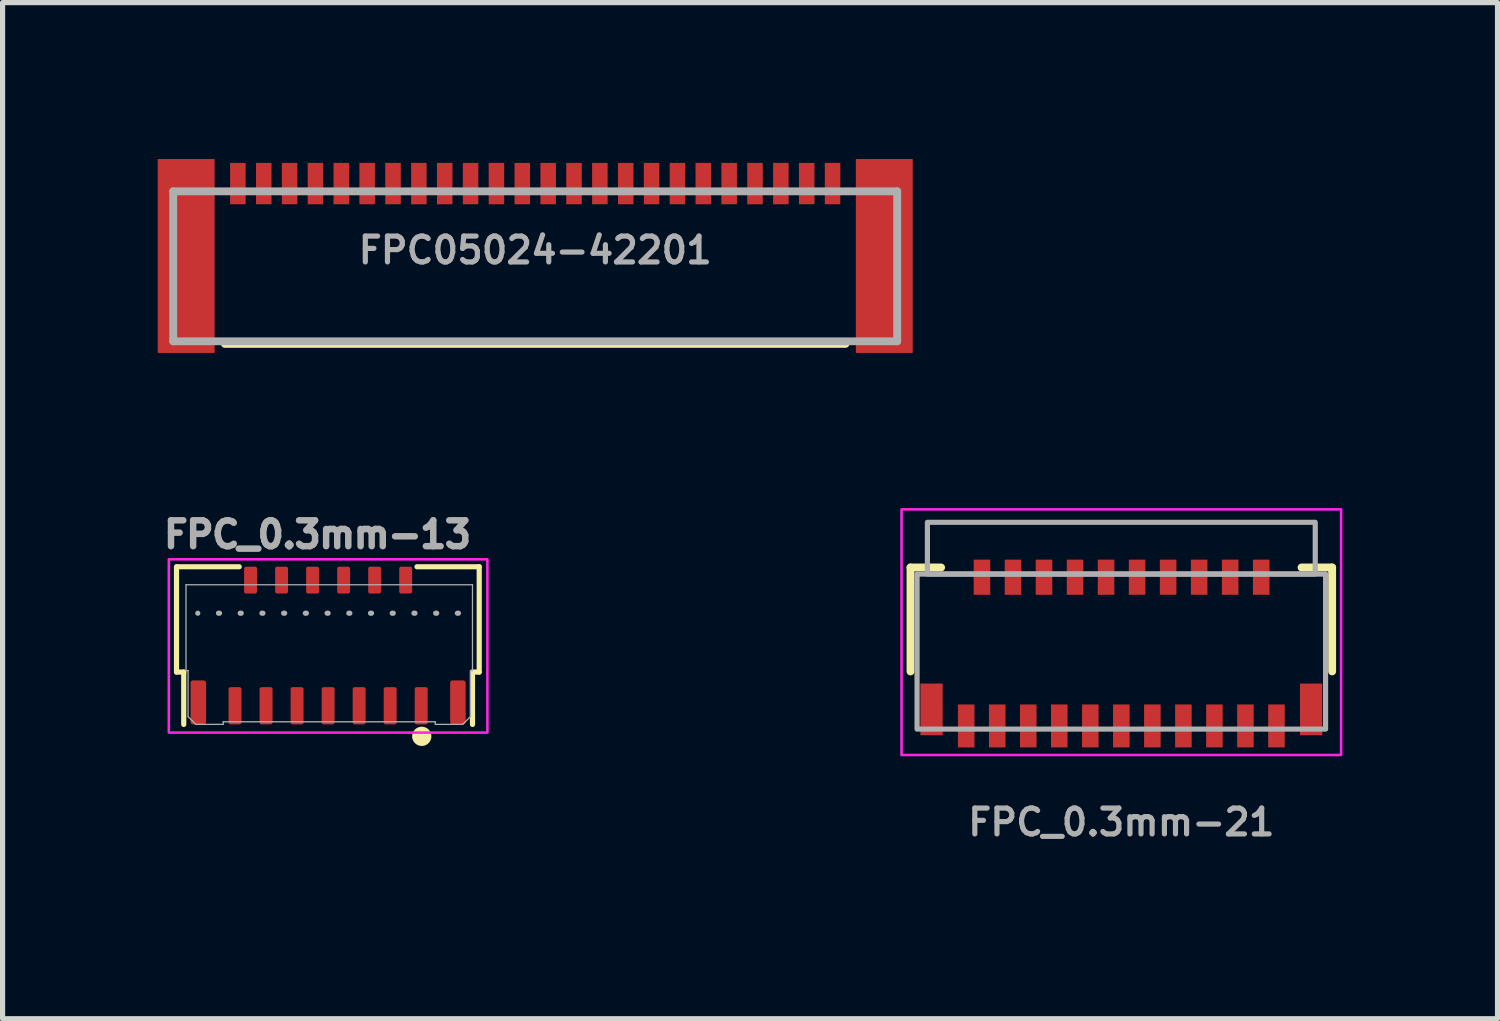
<source format=kicad_pcb>
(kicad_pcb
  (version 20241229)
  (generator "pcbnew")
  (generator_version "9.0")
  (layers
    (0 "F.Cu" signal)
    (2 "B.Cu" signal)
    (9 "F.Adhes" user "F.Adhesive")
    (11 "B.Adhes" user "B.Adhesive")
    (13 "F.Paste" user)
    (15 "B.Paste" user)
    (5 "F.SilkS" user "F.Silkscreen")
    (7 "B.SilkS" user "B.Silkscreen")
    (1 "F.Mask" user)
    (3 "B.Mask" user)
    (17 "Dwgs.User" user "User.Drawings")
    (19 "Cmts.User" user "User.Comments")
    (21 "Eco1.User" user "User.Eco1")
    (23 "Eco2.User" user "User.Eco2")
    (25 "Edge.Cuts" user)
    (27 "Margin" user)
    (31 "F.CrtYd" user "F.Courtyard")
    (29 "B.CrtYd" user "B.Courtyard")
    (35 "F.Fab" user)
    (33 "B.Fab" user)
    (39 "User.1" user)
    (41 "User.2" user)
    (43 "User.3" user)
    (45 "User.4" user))
  (footprint "FPC_0.3mm-13"
    (layer "F.Cu")
    (at 3.295 9.333)
    (property "Reference" "FPC_0.3mm-13" (at -0.205 -2.046 0) (unlocked yes) (layer "F.Fab") (effects (font (size 0.5 0.5) (thickness 0.125))))
    (attr smd)
    (fp_line (start -2.932 0.613) (end -2.932 -1.423) (stroke (width 0.1) (type default)) (layer "F.SilkS"))
    (fp_line (start -2.792 0.613) (end -2.932 0.613) (stroke (width 0.1) (type default)) (layer "F.SilkS"))
    (fp_line (start -2.792 1.626) (end -2.792 0.613) (stroke (width 0.1) (type default)) (layer "F.SilkS"))
    (fp_line (start -1.719 -1.423) (end -2.922 -1.423) (stroke (width 0.1) (type default)) (layer "F.SilkS"))
    (fp_line (start 2.792 0.613) (end 2.922 0.613) (stroke (width 0.1) (type default)) (layer "F.SilkS"))
    (fp_line (start 2.792 1.626) (end 2.792 0.613) (stroke (width 0.1) (type default)) (layer "F.SilkS"))
    (fp_line (start 2.922 -1.423) (end 1.719 -1.423) (stroke (width 0.1) (type default)) (layer "F.SilkS"))
    (fp_line (start 2.922 0.613) (end 2.922 -1.423) (stroke (width 0.1) (type default)) (layer "F.SilkS"))
    (fp_circle (center 1.811 1.856) (end 1.705 1.77) (stroke (width 0.1) (type default)) (fill yes) (layer "F.SilkS"))
    (fp_rect (start -3.08 -1.567) (end 3.08 1.784) (stroke (width 0.05) (type default)) (fill no) (layer "F.CrtYd"))
    (fp_line (start -2.748 -1.075) (end -2.748 0.585) (stroke (width 0.025) (type default)) (layer "F.Fab"))
    (fp_line (start -2.748 0.585) (end -2.708 0.585) (stroke (width 0.025) (type default)) (layer "F.Fab"))
    (fp_line (start -2.708 0.585) (end -2.708 1.475) (stroke (width 0.025) (type default)) (layer "F.Fab"))
    (fp_line (start -2.708 1.475) (end -2.558 1.625) (stroke (width 0.025) (type default)) (layer "F.Fab"))
    (fp_line (start -2.558 1.625) (end -2.028 1.625) (stroke (width 0.025) (type default)) (layer "F.Fab"))
    (fp_line (start -2.028 1.575) (end 2.072 1.575) (stroke (width 0.025) (type default)) (layer "F.Fab"))
    (fp_line (start -2.028 1.625) (end -2.028 1.575) (stroke (width 0.025) (type default)) (layer "F.Fab"))
    (fp_line (start 2.072 1.575) (end 2.072 1.625) (stroke (width 0.025) (type default)) (layer "F.Fab"))
    (fp_line (start 2.072 1.625) (end 2.602 1.625) (stroke (width 0.025) (type default)) (layer "F.Fab"))
    (fp_line (start 2.52 -0.525) (end -2.52 -0.525) (stroke (width 0.1) (type dot)) (layer "F.Fab"))
    (fp_line (start 2.602 1.625) (end 2.752 1.475) (stroke (width 0.025) (type default)) (layer "F.Fab"))
    (fp_line (start 2.752 0.585) (end 2.792 0.585) (stroke (width 0.025) (type default)) (layer "F.Fab"))
    (fp_line (start 2.752 1.475) (end 2.752 0.585) (stroke (width 0.025) (type default)) (layer "F.Fab"))
    (fp_line (start 2.792 -1.075) (end -2.748 -1.075) (stroke (width 0.025) (type default)) (layer "F.Fab"))
    (fp_line (start 2.792 0.585) (end 2.792 -1.075) (stroke (width 0.025) (type default)) (layer "F.Fab"))
    (fp_text user "^^INSERT THIS END^^" (at -0.016 2.314 0) (unlocked yes) (layer "User.1") (effects (font (size 0.3 0.3) (thickness 0.075)) (justify bottom)))
    (fp_text user "^^INSERTION DEPTH^^" (at 3.367 -0.171 0) (unlocked yes) (layer "User.2") (effects (font (size 0.2 0.2) (thickness 0.05)) (justify left bottom)))
    (dimension (type orthogonal) (layer "User.2") (pts (xy 5.815 8.808) (xy 5.805 10.958)) (height 4.077) (orientation 1) (format (prefix "") (suffix "") (units 3) (units_format 1) (precision 2) (suppress_zeroes yes)) (style (thickness 0.05) (arrow_length -0.25) (text_position_mode 2) (arrow_direction outward) (extension_height 0.586) (extension_offset 0) (keep_text_aligned yes)) (gr_text "2.15 mm" (at 9.897 8.484 90) (layer "User.2") (effects (font (size 0.2 0.2) (thickness 0.15)) (justify left))))
    (pad "1" smd roundrect (at 1.8 1.265) (size 0.25 0.72) (layers "F.Cu" "F.Mask" "F.Paste") (roundrect_rratio 0.15))
    (pad "2" smd roundrect (at 1.5 -1.165) (size 0.25 0.52) (layers "F.Cu" "F.Mask" "F.Paste") (roundrect_rratio 0.15))
    (pad "3" smd roundrect (at 1.2 1.265) (size 0.25 0.72) (layers "F.Cu" "F.Mask" "F.Paste") (roundrect_rratio 0.15))
    (pad "4" smd roundrect (at 0.9 -1.165) (size 0.25 0.52) (layers "F.Cu" "F.Mask" "F.Paste") (roundrect_rratio 0.15))
    (pad "5" smd roundrect (at 0.6 1.265) (size 0.25 0.72) (layers "F.Cu" "F.Mask" "F.Paste") (roundrect_rratio 0.15))
    (pad "6" smd roundrect (at 0.3 -1.165) (size 0.25 0.52) (layers "F.Cu" "F.Mask" "F.Paste") (roundrect_rratio 0.15))
    (pad "7" smd roundrect (at 0 1.265) (size 0.25 0.72) (layers "F.Cu" "F.Mask" "F.Paste") (roundrect_rratio 0.15))
    (pad "8" smd roundrect (at -0.3 -1.165) (size 0.25 0.52) (layers "F.Cu" "F.Mask" "F.Paste") (roundrect_rratio 0.15))
    (pad "9" smd roundrect (at -0.6 1.265) (size 0.25 0.72) (layers "F.Cu" "F.Mask" "F.Paste") (roundrect_rratio 0.15))
    (pad "10" smd roundrect (at -0.9 -1.165) (size 0.25 0.52) (layers "F.Cu" "F.Mask" "F.Paste") (roundrect_rratio 0.15))
    (pad "11" smd roundrect (at -1.2 1.265) (size 0.25 0.72) (layers "F.Cu" "F.Mask" "F.Paste") (roundrect_rratio 0.15))
    (pad "12" smd roundrect (at -1.5 -1.165) (size 0.25 0.52) (layers "F.Cu" "F.Mask" "F.Paste") (roundrect_rratio 0.15))
    (pad "13" smd roundrect (at -1.8 1.265) (size 0.25 0.72) (layers "F.Cu" "F.Mask" "F.Paste") (roundrect_rratio 0.15))
    (pad "M1" smd roundrect (at -2.51 1.2) (size 0.3 0.85) (layers "F.Cu" "F.Mask" "F.Paste") (roundrect_rratio 0.15))
    (pad "M1" smd roundrect (at 2.51 1.2) (size 0.3 0.85) (layers "F.Cu" "F.Mask" "F.Paste") (roundrect_rratio 0.15)))
  (footprint "FPC05024-42201"
    (layer "F.Cu")
    (at 7.3 0.9)
    (property "Reference" "FPC05024-42201" (at 0 0.889 0) (layer "F.Fab") (effects (font (size 0.5 0.5) (thickness 0.1) (bold yes))))
    (fp_line (start -6 2.7) (end 6 2.7) (stroke (width 0.152) (type solid)) (layer "F.SilkS"))
    (fp_line (start -7 -0.25) (end 7 -0.25) (stroke (width 0.152) (type solid)) (layer "F.Fab"))
    (fp_line (start -7 2.65) (end -7 -0.25) (stroke (width 0.152) (type solid)) (layer "F.Fab"))
    (fp_line (start 7 -0.25) (end 7 2.65) (stroke (width 0.152) (type solid)) (layer "F.Fab"))
    (fp_line (start 7 2.65) (end -7 2.65) (stroke (width 0.152) (type solid)) (layer "F.Fab"))
    (pad "1" smd rect (at 5.75 -0.4) (size 0.3 0.8) (layers "F.Cu" "F.Mask" "F.Paste"))
    (pad "2" smd rect (at 5.25 -0.4) (size 0.3 0.8) (layers "F.Cu" "F.Mask" "F.Paste"))
    (pad "3" smd rect (at 4.75 -0.4) (size 0.3 0.8) (layers "F.Cu" "F.Mask" "F.Paste"))
    (pad "4" smd rect (at 4.25 -0.4) (size 0.3 0.8) (layers "F.Cu" "F.Mask" "F.Paste"))
    (pad "5" smd rect (at 3.75 -0.4) (size 0.3 0.8) (layers "F.Cu" "F.Mask" "F.Paste"))
    (pad "6" smd rect (at 3.25 -0.4) (size 0.3 0.8) (layers "F.Cu" "F.Mask" "F.Paste"))
    (pad "7" smd rect (at 2.75 -0.4) (size 0.3 0.8) (layers "F.Cu" "F.Mask" "F.Paste"))
    (pad "8" smd rect (at 2.25 -0.4) (size 0.3 0.8) (layers "F.Cu" "F.Mask" "F.Paste"))
    (pad "9" smd rect (at 1.75 -0.4) (size 0.3 0.8) (layers "F.Cu" "F.Mask" "F.Paste"))
    (pad "10" smd rect (at 1.25 -0.4) (size 0.3 0.8) (layers "F.Cu" "F.Mask" "F.Paste"))
    (pad "11" smd rect (at 0.75 -0.4) (size 0.3 0.8) (layers "F.Cu" "F.Mask" "F.Paste"))
    (pad "12" smd rect (at 0.25 -0.4) (size 0.3 0.8) (layers "F.Cu" "F.Mask" "F.Paste"))
    (pad "13" smd rect (at -0.25 -0.4) (size 0.3 0.8) (layers "F.Cu" "F.Mask" "F.Paste"))
    (pad "14" smd rect (at -0.75 -0.4) (size 0.3 0.8) (layers "F.Cu" "F.Mask" "F.Paste"))
    (pad "15" smd rect (at -1.25 -0.4) (size 0.3 0.8) (layers "F.Cu" "F.Mask" "F.Paste"))
    (pad "16" smd rect (at -1.75 -0.4) (size 0.3 0.8) (layers "F.Cu" "F.Mask" "F.Paste"))
    (pad "17" smd rect (at -2.25 -0.4) (size 0.3 0.8) (layers "F.Cu" "F.Mask" "F.Paste"))
    (pad "18" smd rect (at -2.75 -0.4) (size 0.3 0.8) (layers "F.Cu" "F.Mask" "F.Paste"))
    (pad "19" smd rect (at -3.25 -0.4) (size 0.3 0.8) (layers "F.Cu" "F.Mask" "F.Paste"))
    (pad "20" smd rect (at -3.75 -0.4) (size 0.3 0.8) (layers "F.Cu" "F.Mask" "F.Paste"))
    (pad "21" smd rect (at -4.25 -0.4) (size 0.3 0.8) (layers "F.Cu" "F.Mask" "F.Paste"))
    (pad "22" smd rect (at -4.75 -0.4) (size 0.3 0.8) (layers "F.Cu" "F.Mask" "F.Paste"))
    (pad "23" smd rect (at -5.25 -0.4) (size 0.3 0.8) (layers "F.Cu" "F.Mask" "F.Paste"))
    (pad "24" smd rect (at -5.75 -0.4) (size 0.3 0.8) (layers "F.Cu" "F.Mask" "F.Paste"))
    (pad "MNT1" smd rect (at -6.75 1 90) (size 3.75 1.1) (layers "F.Cu" "F.Mask" "F.Paste"))
    (pad "MNT2" smd rect (at 6.75 1 90) (size 3.75 1.1) (layers "F.Cu" "F.Mask" "F.Paste"))
    (zone (net_name "") (layer "F.Cu") (hatch edge 0.5) (connect_pads) (min_thickness 0.25) (filled_areas_thickness no) (keepout (tracks not_allowed) (vias not_allowed) (pads not_allowed) (copperpour not_allowed) (footprints allowed)) (placement (enabled no)) (fill) (polygon (pts (xy 1.7 1) (xy 1.9 1) (xy 1.9 0) (xy 1.7 0))))
    (zone (net_name "") (layer "F.Cu") (hatch edge 0.5) (connect_pads) (min_thickness 0.25) (filled_areas_thickness no) (keepout (tracks not_allowed) (vias not_allowed) (pads not_allowed) (copperpour not_allowed) (footprints allowed)) (placement (enabled no)) (fill) (polygon (pts (xy 2.2 1) (xy 2.4 1) (xy 2.4 0) (xy 2.2 0))))
    (zone (net_name "") (layer "F.Cu") (hatch edge 0.5) (connect_pads) (min_thickness 0.25) (filled_areas_thickness no) (keepout (tracks not_allowed) (vias not_allowed) (pads not_allowed) (copperpour not_allowed) (footprints allowed)) (placement (enabled no)) (fill) (polygon (pts (xy 2.7 1) (xy 2.9 1) (xy 2.9 0) (xy 2.7 0))))
    (zone (net_name "") (layer "F.Cu") (hatch edge 0.5) (connect_pads) (min_thickness 0.25) (filled_areas_thickness no) (keepout (tracks not_allowed) (vias not_allowed) (pads not_allowed) (copperpour not_allowed) (footprints allowed)) (placement (enabled no)) (fill) (polygon (pts (xy 3.2 1) (xy 3.4 1) (xy 3.4 0) (xy 3.2 0))))
    (zone (net_name "") (layer "F.Cu") (hatch edge 0.5) (connect_pads) (min_thickness 0.25) (filled_areas_thickness no) (keepout (tracks not_allowed) (vias not_allowed) (pads not_allowed) (copperpour not_allowed) (footprints allowed)) (placement (enabled no)) (fill) (polygon (pts (xy 3.7 1) (xy 3.9 1) (xy 3.9 0) (xy 3.7 0))))
    (zone (net_name "") (layer "F.Cu") (hatch edge 0.5) (connect_pads) (min_thickness 0.25) (filled_areas_thickness no) (keepout (tracks not_allowed) (vias not_allowed) (pads not_allowed) (copperpour not_allowed) (footprints allowed)) (placement (enabled no)) (fill) (polygon (pts (xy 4.2 1) (xy 4.4 1) (xy 4.4 0) (xy 4.2 0))))
    (zone (net_name "") (layer "F.Cu") (hatch edge 0.5) (connect_pads) (min_thickness 0.25) (filled_areas_thickness no) (keepout (tracks not_allowed) (vias not_allowed) (pads not_allowed) (copperpour not_allowed) (footprints allowed)) (placement (enabled no)) (fill) (polygon (pts (xy 4.7 1) (xy 4.9 1) (xy 4.9 0) (xy 4.7 0))))
    (zone (net_name "") (layer "F.Cu") (hatch edge 0.5) (connect_pads) (min_thickness 0.25) (filled_areas_thickness no) (keepout (tracks not_allowed) (vias not_allowed) (pads not_allowed) (copperpour not_allowed) (footprints allowed)) (placement (enabled no)) (fill) (polygon (pts (xy 5.2 1) (xy 5.4 1) (xy 5.4 0) (xy 5.2 0))))
    (zone (net_name "") (layer "F.Cu") (hatch edge 0.5) (connect_pads) (min_thickness 0.25) (filled_areas_thickness no) (keepout (tracks not_allowed) (vias not_allowed) (pads not_allowed) (copperpour not_allowed) (footprints allowed)) (placement (enabled no)) (fill) (polygon (pts (xy 5.7 1) (xy 5.9 1) (xy 5.9 0) (xy 5.7 0))))
    (zone (net_name "") (layer "F.Cu") (hatch edge 0.5) (connect_pads) (min_thickness 0.25) (filled_areas_thickness no) (keepout (tracks not_allowed) (vias not_allowed) (pads not_allowed) (copperpour not_allowed) (footprints allowed)) (placement (enabled no)) (fill) (polygon (pts (xy 6.2 1) (xy 6.4 1) (xy 6.4 0) (xy 6.2 0))))
    (zone (net_name "") (layer "F.Cu") (hatch edge 0.5) (connect_pads) (min_thickness 0.25) (filled_areas_thickness no) (keepout (tracks not_allowed) (vias not_allowed) (pads not_allowed) (copperpour not_allowed) (footprints allowed)) (placement (enabled no)) (fill) (polygon (pts (xy 6.7 1) (xy 6.9 1) (xy 6.9 0) (xy 6.7 0))))
    (zone (net_name "") (layer "F.Cu") (hatch edge 0.5) (connect_pads) (min_thickness 0.25) (filled_areas_thickness no) (keepout (tracks not_allowed) (vias not_allowed) (pads not_allowed) (copperpour not_allowed) (footprints allowed)) (placement (enabled no)) (fill) (polygon (pts (xy 7.2 1) (xy 7.4 1) (xy 7.4 0) (xy 7.2 0))))
    (zone (net_name "") (layer "F.Cu") (hatch edge 0.5) (connect_pads) (min_thickness 0.25) (filled_areas_thickness no) (keepout (tracks not_allowed) (vias not_allowed) (pads not_allowed) (copperpour not_allowed) (footprints allowed)) (placement (enabled no)) (fill) (polygon (pts (xy 7.7 1) (xy 7.9 1) (xy 7.9 0) (xy 7.7 0))))
    (zone (net_name "") (layer "F.Cu") (hatch edge 0.5) (connect_pads) (min_thickness 0.25) (filled_areas_thickness no) (keepout (tracks not_allowed) (vias not_allowed) (pads not_allowed) (copperpour not_allowed) (footprints allowed)) (placement (enabled no)) (fill) (polygon (pts (xy 8.2 1) (xy 8.4 1) (xy 8.4 0) (xy 8.2 0))))
    (zone (net_name "") (layer "F.Cu") (hatch edge 0.5) (connect_pads) (min_thickness 0.25) (filled_areas_thickness no) (keepout (tracks not_allowed) (vias not_allowed) (pads not_allowed) (copperpour not_allowed) (footprints allowed)) (placement (enabled no)) (fill) (polygon (pts (xy 8.7 1) (xy 8.9 1) (xy 8.9 0) (xy 8.7 0))))
    (zone (net_name "") (layer "F.Cu") (hatch edge 0.5) (connect_pads) (min_thickness 0.25) (filled_areas_thickness no) (keepout (tracks not_allowed) (vias not_allowed) (pads not_allowed) (copperpour not_allowed) (footprints allowed)) (placement (enabled no)) (fill) (polygon (pts (xy 9.2 1) (xy 9.4 1) (xy 9.4 0) (xy 9.2 0))))
    (zone (net_name "") (layer "F.Cu") (hatch edge 0.5) (connect_pads) (min_thickness 0.25) (filled_areas_thickness no) (keepout (tracks not_allowed) (vias not_allowed) (pads not_allowed) (copperpour not_allowed) (footprints allowed)) (placement (enabled no)) (fill) (polygon (pts (xy 9.7 1) (xy 9.9 1) (xy 9.9 0) (xy 9.7 0))))
    (zone (net_name "") (layer "F.Cu") (hatch edge 0.5) (connect_pads) (min_thickness 0.25) (filled_areas_thickness no) (keepout (tracks not_allowed) (vias not_allowed) (pads not_allowed) (copperpour not_allowed) (footprints allowed)) (placement (enabled no)) (fill) (polygon (pts (xy 10.2 1) (xy 10.4 1) (xy 10.4 0) (xy 10.2 0))))
    (zone (net_name "") (layer "F.Cu") (hatch edge 0.5) (connect_pads) (min_thickness 0.25) (filled_areas_thickness no) (keepout (tracks not_allowed) (vias not_allowed) (pads not_allowed) (copperpour not_allowed) (footprints allowed)) (placement (enabled no)) (fill) (polygon (pts (xy 10.7 1) (xy 10.9 1) (xy 10.9 0) (xy 10.7 0))))
    (zone (net_name "") (layer "F.Cu") (hatch edge 0.5) (connect_pads) (min_thickness 0.25) (filled_areas_thickness no) (keepout (tracks not_allowed) (vias not_allowed) (pads not_allowed) (copperpour not_allowed) (footprints allowed)) (placement (enabled no)) (fill) (polygon (pts (xy 11.2 1) (xy 11.4 1) (xy 11.4 0) (xy 11.2 0))))
    (zone (net_name "") (layer "F.Cu") (hatch edge 0.5) (connect_pads) (min_thickness 0.25) (filled_areas_thickness no) (keepout (tracks not_allowed) (vias not_allowed) (pads not_allowed) (copperpour not_allowed) (footprints allowed)) (placement (enabled no)) (fill) (polygon (pts (xy 11.7 1) (xy 11.9 1) (xy 11.9 0) (xy 11.7 0))))
    (zone (net_name "") (layer "F.Cu") (hatch edge 0.5) (connect_pads) (min_thickness 0.25) (filled_areas_thickness no) (keepout (tracks not_allowed) (vias not_allowed) (pads not_allowed) (copperpour not_allowed) (footprints allowed)) (placement (enabled no)) (fill) (polygon (pts (xy 12.2 1) (xy 12.4 1) (xy 12.4 0) (xy 12.2 0))))
    (zone (net_name "") (layer "F.Cu") (hatch edge 0.5) (connect_pads) (min_thickness 0.25) (filled_areas_thickness no) (keepout (tracks not_allowed) (vias not_allowed) (pads not_allowed) (copperpour not_allowed) (footprints allowed)) (placement (enabled no)) (fill) (polygon (pts (xy 12.7 1) (xy 12.9 1) (xy 12.9 0) (xy 12.7 0)))))
  (footprint "FPC_0.3mm-21"
    (layer "F.Cu")
    (at 18.634 9.55)
    (property "Reference" "FPC_0.3mm-21" (at 0 3.3 0) (unlocked yes) (layer "F.Fab") (effects (font (size 0.5 0.5) (thickness 0.1))))
    (attr smd)
    (fp_line (start -4.077 -1.626) (end -4.077 0.384) (stroke (width 0.152) (type solid)) (layer "F.SilkS"))
    (fp_line (start -3.485 -1.626) (end -4.077 -1.626) (stroke (width 0.152) (type solid)) (layer "F.SilkS"))
    (fp_line (start 4.077 -1.626) (end 3.485 -1.626) (stroke (width 0.152) (type solid)) (layer "F.SilkS"))
    (fp_line (start 4.077 0.384) (end 4.077 -1.626) (stroke (width 0.152) (type solid)) (layer "F.SilkS"))
    (fp_rect (start -4.25 -2.75) (end 4.25 2) (stroke (width 0.05) (type default)) (fill no) (layer "F.CrtYd"))
    (fp_rect (start -3.95 -1.499) (end 3.95 1.499) (stroke (width 0.1) (type default)) (fill no) (layer "F.Fab"))
    (fp_rect (start -3.75 -2.5) (end 3.75 -1.5) (stroke (width 0.1) (type default)) (fill no) (layer "F.Fab"))
    (fp_line (start -3.3 0.05) (end -3.3 4.05) (stroke (width 0.1) (type solid)) (layer "User.2"))
    (fp_line (start -3.3 0.05) (end 3.3 0.05) (stroke (width 0.1) (type default)) (layer "User.2"))
    (fp_line (start -3.3 2.55) (end 3.3 2.55) (stroke (width 0.1) (type default)) (layer "User.2"))
    (fp_line (start -3.3 4.05) (end 3.3 4.05) (stroke (width 0.1) (type default)) (layer "User.2"))
    (fp_line (start 3.3 0.05) (end 3.3 4.05) (stroke (width 0.1) (type solid)) (layer "User.2"))
    (fp_text user "FPC Insertion Depth" (at 0 -0.6 0) (unlocked yes) (layer "User.2") (effects (font (size 0.5 0.5) (thickness 0.125))))
    (fp_text user "Stiffener" (at 0 0.6 0) (unlocked yes) (layer "User.2") (effects (font (size 0.5 0.5) (thickness 0.125))))
    (pad "1" smd rect (at 3 1.438) (size 0.32 0.83) (layers "F.Cu" "F.Mask" "F.Paste"))
    (pad "2" smd rect (at 2.705 -1.438) (size 0.32 0.68) (layers "F.Cu" "F.Mask" "F.Paste"))
    (pad "3" smd rect (at 2.4 1.438) (size 0.32 0.83) (layers "F.Cu" "F.Mask" "F.Paste"))
    (pad "4" smd rect (at 2.105 -1.438) (size 0.32 0.68) (layers "F.Cu" "F.Mask" "F.Paste"))
    (pad "5" smd rect (at 1.8 1.438) (size 0.32 0.83) (layers "F.Cu" "F.Mask" "F.Paste"))
    (pad "6" smd rect (at 1.505 -1.438) (size 0.32 0.68) (layers "F.Cu" "F.Mask" "F.Paste"))
    (pad "7" smd rect (at 1.2 1.438) (size 0.32 0.83) (layers "F.Cu" "F.Mask" "F.Paste"))
    (pad "8" smd rect (at 0.905 -1.438) (size 0.32 0.68) (layers "F.Cu" "F.Mask" "F.Paste"))
    (pad "9" smd rect (at 0.6 1.438) (size 0.32 0.83) (layers "F.Cu" "F.Mask" "F.Paste"))
    (pad "10" smd rect (at 0.305 -1.438) (size 0.32 0.68) (layers "F.Cu" "F.Mask" "F.Paste"))
    (pad "11" smd rect (at 0 1.438) (size 0.32 0.83) (layers "F.Cu" "F.Mask" "F.Paste"))
    (pad "12" smd rect (at -0.295 -1.438) (size 0.32 0.68) (layers "F.Cu" "F.Mask" "F.Paste"))
    (pad "13" smd rect (at -0.6 1.438) (size 0.32 0.83) (layers "F.Cu" "F.Mask" "F.Paste"))
    (pad "14" smd rect (at -0.895 -1.438) (size 0.32 0.68) (layers "F.Cu" "F.Mask" "F.Paste"))
    (pad "15" smd rect (at -1.2 1.438) (size 0.32 0.83) (layers "F.Cu" "F.Mask" "F.Paste"))
    (pad "16" smd rect (at -1.495 -1.438) (size 0.32 0.68) (layers "F.Cu" "F.Mask" "F.Paste"))
    (pad "17" smd rect (at -1.8 1.438) (size 0.32 0.83) (layers "F.Cu" "F.Mask" "F.Paste"))
    (pad "18" smd rect (at -2.095 -1.438) (size 0.32 0.68) (layers "F.Cu" "F.Mask" "F.Paste"))
    (pad "19" smd rect (at -2.4 1.438) (size 0.32 0.83) (layers "F.Cu" "F.Mask" "F.Paste"))
    (pad "20" smd rect (at -2.695 -1.438) (size 0.32 0.68) (layers "F.Cu" "F.Mask" "F.Paste"))
    (pad "21" smd rect (at -3 1.438) (size 0.32 0.83) (layers "F.Cu" "F.Mask" "F.Paste"))
    (pad "22" smd rect (at -3.67 1.118) (size 0.43 1) (layers "F.Cu" "F.Mask" "F.Paste"))
    (pad "23" smd rect (at 3.67 1.118) (size 0.43 1) (layers "F.Cu" "F.Mask" "F.Paste")))
  (gr_rect
    (start -3 -3)
    (end 25.909 16.65)
    (stroke (width 0.1) (type default))
    (fill no)
    (layer "Edge.Cuts")))
</source>
